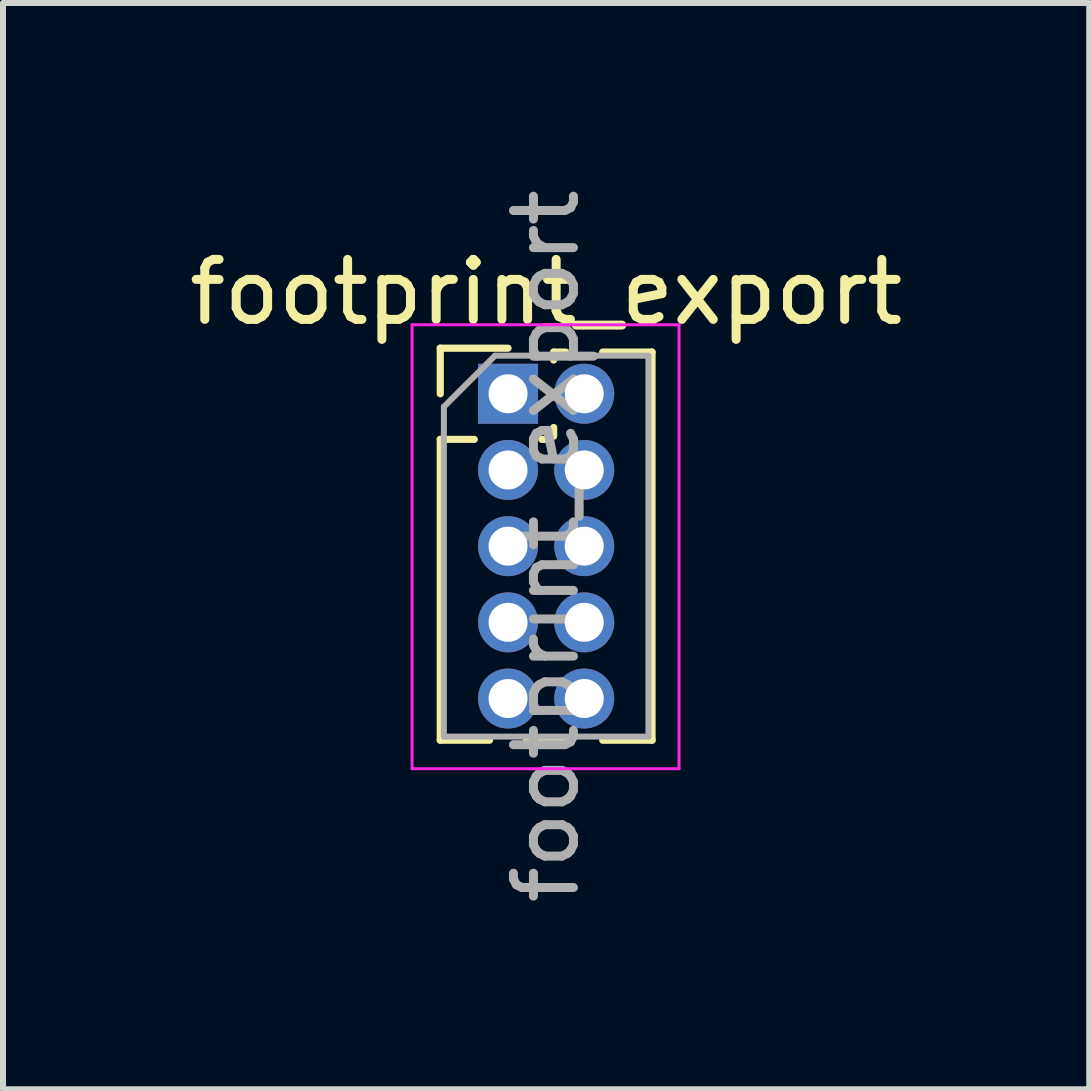
<source format=kicad_pcb>
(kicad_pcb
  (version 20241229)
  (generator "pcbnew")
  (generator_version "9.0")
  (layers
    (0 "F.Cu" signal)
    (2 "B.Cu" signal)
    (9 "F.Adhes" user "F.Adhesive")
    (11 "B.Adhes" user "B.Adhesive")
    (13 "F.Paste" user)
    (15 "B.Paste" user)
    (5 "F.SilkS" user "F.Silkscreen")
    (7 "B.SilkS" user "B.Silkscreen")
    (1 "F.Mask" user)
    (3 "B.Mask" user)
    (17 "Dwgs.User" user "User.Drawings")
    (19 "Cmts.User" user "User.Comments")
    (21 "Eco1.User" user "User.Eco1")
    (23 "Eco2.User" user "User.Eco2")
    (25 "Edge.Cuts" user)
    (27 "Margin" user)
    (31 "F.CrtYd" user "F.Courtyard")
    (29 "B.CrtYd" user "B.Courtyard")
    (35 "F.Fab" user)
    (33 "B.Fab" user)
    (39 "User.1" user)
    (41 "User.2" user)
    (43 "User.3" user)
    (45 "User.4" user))
  (footprint "footprint_export"
    (layer "F.Cu")
    (at 5.419 3.514)
    (property "Reference" "footprint_export" (at 0.635 -1.695 0) (layer "F.SilkS") (effects (font (size 1 1) (thickness 0.15))))
    (attr through_hole)
    (fp_line (start -1.13 -0.76) (end 0 -0.76) (stroke (width 0.12) (type solid)) (layer "F.SilkS"))
    (fp_line (start -1.13 0) (end -1.13 -0.76) (stroke (width 0.12) (type solid)) (layer "F.SilkS"))
    (fp_line (start -1.13 0.76) (end -1.13 5.775) (stroke (width 0.12) (type solid)) (layer "F.SilkS"))
    (fp_line (start -1.13 0.76) (end -0.563 0.76) (stroke (width 0.12) (type solid)) (layer "F.SilkS"))
    (fp_line (start -1.13 5.775) (end -0.308 5.775) (stroke (width 0.12) (type solid)) (layer "F.SilkS"))
    (fp_line (start 0.308 5.775) (end 0.962 5.775) (stroke (width 0.12) (type solid)) (layer "F.SilkS"))
    (fp_line (start 0.563 0.76) (end 0.707 0.76) (stroke (width 0.12) (type solid)) (layer "F.SilkS"))
    (fp_line (start 0.76 -0.695) (end 0.962 -0.695) (stroke (width 0.12) (type solid)) (layer "F.SilkS"))
    (fp_line (start 0.76 -0.563) (end 0.76 -0.695) (stroke (width 0.12) (type solid)) (layer "F.SilkS"))
    (fp_line (start 0.76 0.707) (end 0.76 0.563) (stroke (width 0.12) (type solid)) (layer "F.SilkS"))
    (fp_line (start 1.578 -0.695) (end 2.4 -0.695) (stroke (width 0.12) (type solid)) (layer "F.SilkS"))
    (fp_line (start 1.578 5.775) (end 2.4 5.775) (stroke (width 0.12) (type solid)) (layer "F.SilkS"))
    (fp_line (start 2.4 -0.695) (end 2.4 5.775) (stroke (width 0.12) (type solid)) (layer "F.SilkS"))
    (fp_line (start -1.6 -1.15) (end -1.6 6.25) (stroke (width 0.05) (type solid)) (layer "F.CrtYd"))
    (fp_line (start -1.6 6.25) (end 2.85 6.25) (stroke (width 0.05) (type solid)) (layer "F.CrtYd"))
    (fp_line (start 2.85 -1.15) (end -1.6 -1.15) (stroke (width 0.05) (type solid)) (layer "F.CrtYd"))
    (fp_line (start 2.85 6.25) (end 2.85 -1.15) (stroke (width 0.05) (type solid)) (layer "F.CrtYd"))
    (fp_line (start -1.07 0.217) (end -0.217 -0.635) (stroke (width 0.1) (type solid)) (layer "F.Fab"))
    (fp_line (start -1.07 5.715) (end -1.07 0.217) (stroke (width 0.1) (type solid)) (layer "F.Fab"))
    (fp_line (start -0.217 -0.635) (end 2.34 -0.635) (stroke (width 0.1) (type solid)) (layer "F.Fab"))
    (fp_line (start 2.34 -0.635) (end 2.34 5.715) (stroke (width 0.1) (type solid)) (layer "F.Fab"))
    (fp_line (start 2.34 5.715) (end -1.07 5.715) (stroke (width 0.1) (type solid)) (layer "F.Fab"))
    (fp_text user "${REFERENCE}" (at 0.635 2.54 90) (layer "F.Fab") (effects (font (size 1 1) (thickness 0.15))))
    (pad "1" thru_hole rect (at 0 0) (size 1 1) (drill 0.65) (layers "*.Cu" "*.Mask"))
    (pad "2" thru_hole oval (at 1.27 0) (size 1 1) (drill 0.65) (layers "*.Cu" "*.Mask"))
    (pad "3" thru_hole oval (at 0 1.27) (size 1 1) (drill 0.65) (layers "*.Cu" "*.Mask"))
    (pad "4" thru_hole oval (at 1.27 1.27) (size 1 1) (drill 0.65) (layers "*.Cu" "*.Mask"))
    (pad "5" thru_hole oval (at 0 2.54) (size 1 1) (drill 0.65) (layers "*.Cu" "*.Mask"))
    (pad "6" thru_hole oval (at 1.27 2.54) (size 1 1) (drill 0.65) (layers "*.Cu" "*.Mask"))
    (pad "7" thru_hole oval (at 0 3.81) (size 1 1) (drill 0.65) (layers "*.Cu" "*.Mask"))
    (pad "8" thru_hole oval (at 1.27 3.81) (size 1 1) (drill 0.65) (layers "*.Cu" "*.Mask"))
    (pad "9" thru_hole oval (at 0 5.08) (size 1 1) (drill 0.65) (layers "*.Cu" "*.Mask"))
    (pad "10" thru_hole oval (at 1.27 5.08) (size 1 1) (drill 0.65) (layers "*.Cu" "*.Mask")))
  (gr_rect
    (start -3 -3)
    (end 15.107 15.107)
    (stroke (width 0.1) (type default))
    (fill no)
    (layer "Edge.Cuts")))
</source>
